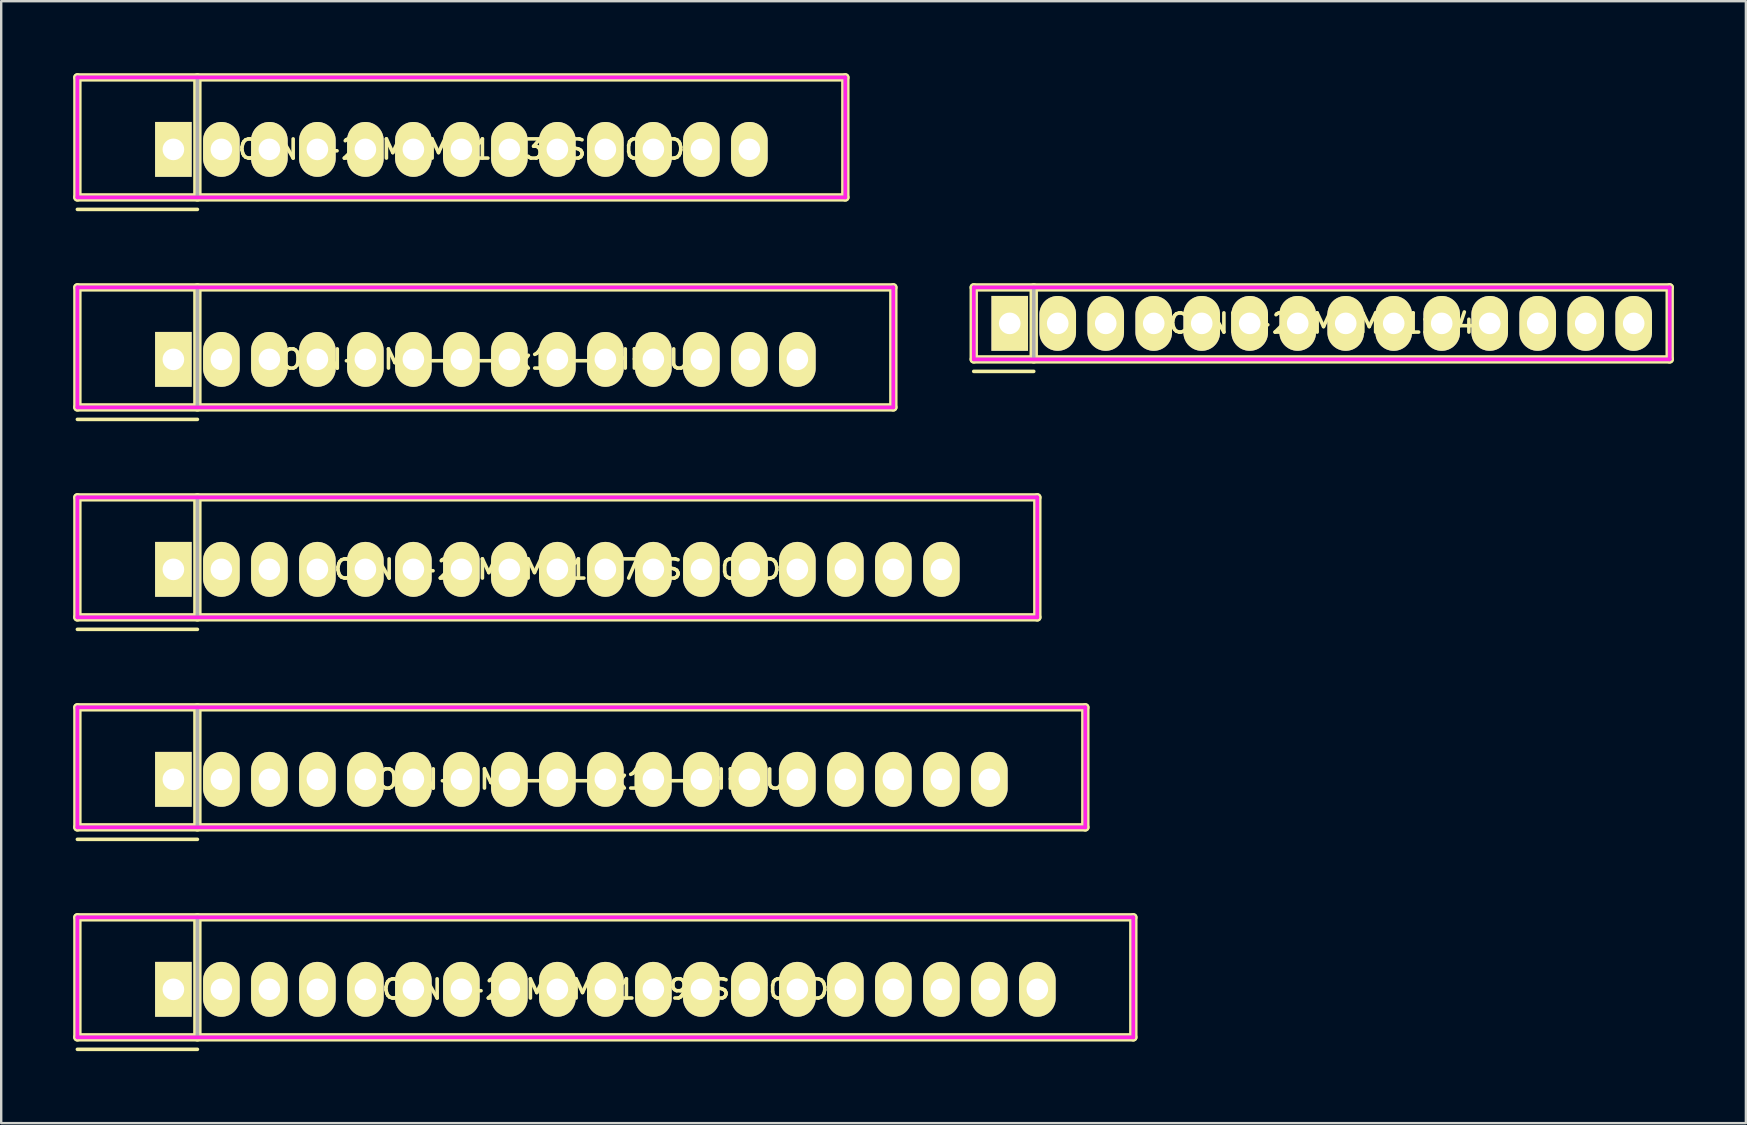
<source format=kicad_pcb>
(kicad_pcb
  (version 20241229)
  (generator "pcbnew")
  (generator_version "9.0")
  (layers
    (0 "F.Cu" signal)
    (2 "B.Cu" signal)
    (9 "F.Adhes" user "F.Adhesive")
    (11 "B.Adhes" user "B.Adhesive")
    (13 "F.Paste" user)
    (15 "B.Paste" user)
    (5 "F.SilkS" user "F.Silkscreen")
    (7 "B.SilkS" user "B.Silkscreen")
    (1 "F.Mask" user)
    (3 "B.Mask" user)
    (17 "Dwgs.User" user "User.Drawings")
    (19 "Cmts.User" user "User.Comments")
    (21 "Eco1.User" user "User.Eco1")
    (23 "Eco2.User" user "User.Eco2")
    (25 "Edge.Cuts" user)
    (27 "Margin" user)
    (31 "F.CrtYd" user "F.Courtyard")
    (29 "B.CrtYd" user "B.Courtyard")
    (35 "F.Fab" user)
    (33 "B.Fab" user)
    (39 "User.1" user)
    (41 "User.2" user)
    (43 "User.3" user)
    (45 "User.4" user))
  (footprint "CONN-2MM-M-1x13-SHROUD"
    (layer "F.Cu")
    (at 16.175 3.175)
    (property "Reference" "CONN-2MM-M-1x13-SHROUD" (at 0 0 0) (layer "F.SilkS") (effects (font (size 0.8 0.8) (thickness 0.15))))
    (attr through_hole)
    (fp_line (start -16 -3) (end 16 -3) (stroke (width 0.35) (type solid)) (layer "F.SilkS"))
    (fp_line (start -16 2) (end -16 -3) (stroke (width 0.35) (type solid)) (layer "F.SilkS"))
    (fp_line (start -16 2.5) (end -11 2.5) (stroke (width 0.15) (type solid)) (layer "F.SilkS"))
    (fp_line (start -11 -3) (end -11 2) (stroke (width 0.35) (type solid)) (layer "F.SilkS"))
    (fp_line (start 16 -3) (end 16 2) (stroke (width 0.35) (type solid)) (layer "F.SilkS"))
    (fp_line (start 16 2) (end -16 2) (stroke (width 0.35) (type solid)) (layer "F.SilkS"))
    (fp_line (start -16 -3) (end 16 -3) (stroke (width 0.15) (type solid)) (layer "F.CrtYd"))
    (fp_line (start -16 2) (end -16 -3) (stroke (width 0.15) (type solid)) (layer "F.CrtYd"))
    (fp_line (start 16 -3) (end 16 2) (stroke (width 0.15) (type solid)) (layer "F.CrtYd"))
    (fp_line (start 16 2) (end -16 2) (stroke (width 0.15) (type solid)) (layer "F.CrtYd"))
    (fp_line (start -16 -3) (end 16 -3) (stroke (width 0.15) (type solid)) (layer "F.Fab"))
    (fp_line (start -16 2) (end -16 -3) (stroke (width 0.15) (type solid)) (layer "F.Fab"))
    (fp_line (start -11 -3) (end -11 2) (stroke (width 0.15) (type solid)) (layer "F.Fab"))
    (fp_line (start 16 -3) (end 16 2) (stroke (width 0.15) (type solid)) (layer "F.Fab"))
    (fp_line (start 16 2) (end -16 2) (stroke (width 0.15) (type solid)) (layer "F.Fab"))
    (pad "1" thru_hole rect (at -12 0) (size 1.524 2.286) (drill 0.9) (layers "*.Cu" "*.Mask" "F.SilkS"))
    (pad "2" thru_hole oval (at -10 0) (size 1.524 2.286) (drill 0.9) (layers "*.Cu" "*.Mask" "F.SilkS"))
    (pad "3" thru_hole oval (at -8 0) (size 1.524 2.286) (drill 0.9) (layers "*.Cu" "*.Mask" "F.SilkS"))
    (pad "4" thru_hole oval (at -6 0) (size 1.524 2.286) (drill 0.9) (layers "*.Cu" "*.Mask" "F.SilkS"))
    (pad "5" thru_hole oval (at -4 0) (size 1.524 2.286) (drill 0.9) (layers "*.Cu" "*.Mask" "F.SilkS"))
    (pad "6" thru_hole oval (at -2 0) (size 1.524 2.286) (drill 0.9) (layers "*.Cu" "*.Mask" "F.SilkS"))
    (pad "7" thru_hole oval (at 0 0) (size 1.524 2.286) (drill 0.9) (layers "*.Cu" "*.Mask" "F.SilkS"))
    (pad "8" thru_hole oval (at 2 0) (size 1.524 2.286) (drill 0.9) (layers "*.Cu" "*.Mask" "F.SilkS"))
    (pad "9" thru_hole oval (at 4 0) (size 1.524 2.286) (drill 0.9) (layers "*.Cu" "*.Mask" "F.SilkS"))
    (pad "10" thru_hole oval (at 6 0) (size 1.524 2.286) (drill 0.9) (layers "*.Cu" "*.Mask" "F.SilkS"))
    (pad "11" thru_hole oval (at 8 0) (size 1.524 2.286) (drill 0.9) (layers "*.Cu" "*.Mask" "F.SilkS"))
    (pad "12" thru_hole oval (at 10 0) (size 1.524 2.286) (drill 0.9) (layers "*.Cu" "*.Mask" "F.SilkS"))
    (pad "13" thru_hole oval (at 12 0) (size 1.524 2.286) (drill 0.9) (layers "*.Cu" "*.Mask" "F.SilkS")))
  (footprint "CONN-2MM-M-1x19-SHROUD"
    (layer "F.Cu")
    (at 22.175 38.175)
    (property "Reference" "CONN-2MM-M-1x19-SHROUD" (at 0 0 0) (layer "F.SilkS") (effects (font (size 0.8 0.8) (thickness 0.15))))
    (attr through_hole)
    (fp_line (start -22 -3) (end 22 -3) (stroke (width 0.35) (type solid)) (layer "F.SilkS"))
    (fp_line (start -22 2) (end -22 -3) (stroke (width 0.35) (type solid)) (layer "F.SilkS"))
    (fp_line (start -22 2.5) (end -17 2.5) (stroke (width 0.15) (type solid)) (layer "F.SilkS"))
    (fp_line (start -17 -3) (end -17 2) (stroke (width 0.35) (type solid)) (layer "F.SilkS"))
    (fp_line (start 22 -3) (end 22 2) (stroke (width 0.35) (type solid)) (layer "F.SilkS"))
    (fp_line (start 22 2) (end -22 2) (stroke (width 0.35) (type solid)) (layer "F.SilkS"))
    (fp_line (start -22 -3) (end 22 -3) (stroke (width 0.15) (type solid)) (layer "F.CrtYd"))
    (fp_line (start -22 2) (end -22 -3) (stroke (width 0.15) (type solid)) (layer "F.CrtYd"))
    (fp_line (start 22 -3) (end 22 2) (stroke (width 0.15) (type solid)) (layer "F.CrtYd"))
    (fp_line (start 22 2) (end -22 2) (stroke (width 0.15) (type solid)) (layer "F.CrtYd"))
    (fp_line (start -22 -3) (end 22 -3) (stroke (width 0.15) (type solid)) (layer "F.Fab"))
    (fp_line (start -22 2) (end -22 -3) (stroke (width 0.15) (type solid)) (layer "F.Fab"))
    (fp_line (start -17 -3) (end -17 2) (stroke (width 0.15) (type solid)) (layer "F.Fab"))
    (fp_line (start 22 -3) (end 22 2) (stroke (width 0.15) (type solid)) (layer "F.Fab"))
    (fp_line (start 22 2) (end -22 2) (stroke (width 0.15) (type solid)) (layer "F.Fab"))
    (pad "1" thru_hole rect (at -18 0) (size 1.524 2.286) (drill 0.9) (layers "*.Cu" "*.Mask" "F.SilkS"))
    (pad "2" thru_hole oval (at -16 0) (size 1.524 2.286) (drill 0.9) (layers "*.Cu" "*.Mask" "F.SilkS"))
    (pad "3" thru_hole oval (at -14 0) (size 1.524 2.286) (drill 0.9) (layers "*.Cu" "*.Mask" "F.SilkS"))
    (pad "4" thru_hole oval (at -12 0) (size 1.524 2.286) (drill 0.9) (layers "*.Cu" "*.Mask" "F.SilkS"))
    (pad "5" thru_hole oval (at -10 0) (size 1.524 2.286) (drill 0.9) (layers "*.Cu" "*.Mask" "F.SilkS"))
    (pad "6" thru_hole oval (at -8 0) (size 1.524 2.286) (drill 0.9) (layers "*.Cu" "*.Mask" "F.SilkS"))
    (pad "7" thru_hole oval (at -6 0) (size 1.524 2.286) (drill 0.9) (layers "*.Cu" "*.Mask" "F.SilkS"))
    (pad "8" thru_hole oval (at -4 0) (size 1.524 2.286) (drill 0.9) (layers "*.Cu" "*.Mask" "F.SilkS"))
    (pad "9" thru_hole oval (at -2 0) (size 1.524 2.286) (drill 0.9) (layers "*.Cu" "*.Mask" "F.SilkS"))
    (pad "10" thru_hole oval (at 0 0) (size 1.524 2.286) (drill 0.9) (layers "*.Cu" "*.Mask" "F.SilkS"))
    (pad "11" thru_hole oval (at 2 0) (size 1.524 2.286) (drill 0.9) (layers "*.Cu" "*.Mask" "F.SilkS"))
    (pad "12" thru_hole oval (at 4 0) (size 1.524 2.286) (drill 0.9) (layers "*.Cu" "*.Mask" "F.SilkS"))
    (pad "13" thru_hole oval (at 6 0) (size 1.524 2.286) (drill 0.9) (layers "*.Cu" "*.Mask" "F.SilkS"))
    (pad "14" thru_hole oval (at 8 0) (size 1.524 2.286) (drill 0.9) (layers "*.Cu" "*.Mask" "F.SilkS"))
    (pad "15" thru_hole oval (at 10 0) (size 1.524 2.286) (drill 0.9) (layers "*.Cu" "*.Mask" "F.SilkS"))
    (pad "16" thru_hole oval (at 12 0) (size 1.524 2.286) (drill 0.9) (layers "*.Cu" "*.Mask" "F.SilkS"))
    (pad "17" thru_hole oval (at 14 0) (size 1.524 2.286) (drill 0.9) (layers "*.Cu" "*.Mask" "F.SilkS"))
    (pad "18" thru_hole oval (at 16 0) (size 1.524 2.286) (drill 0.9) (layers "*.Cu" "*.Mask" "F.SilkS"))
    (pad "19" thru_hole oval (at 18 0) (size 1.524 2.286) (drill 0.9) (layers "*.Cu" "*.Mask" "F.SilkS")))
  (footprint "CONN-2MM-M-1x14-SHROUD"
    (layer "F.Cu")
    (at 17.175 11.925)
    (property "Reference" "CONN-2MM-M-1x14-SHROUD" (at 0 0 0) (layer "F.SilkS") (effects (font (size 0.8 0.8) (thickness 0.15))))
    (attr through_hole)
    (fp_line (start -17 -3) (end 17 -3) (stroke (width 0.35) (type solid)) (layer "F.SilkS"))
    (fp_line (start -17 2) (end -17 -3) (stroke (width 0.35) (type solid)) (layer "F.SilkS"))
    (fp_line (start -17 2.5) (end -12 2.5) (stroke (width 0.15) (type solid)) (layer "F.SilkS"))
    (fp_line (start -12 -3) (end -12 2) (stroke (width 0.35) (type solid)) (layer "F.SilkS"))
    (fp_line (start 17 -3) (end 17 2) (stroke (width 0.35) (type solid)) (layer "F.SilkS"))
    (fp_line (start 17 2) (end -17 2) (stroke (width 0.35) (type solid)) (layer "F.SilkS"))
    (fp_line (start -17 -3) (end 17 -3) (stroke (width 0.15) (type solid)) (layer "F.CrtYd"))
    (fp_line (start -17 2) (end -17 -3) (stroke (width 0.15) (type solid)) (layer "F.CrtYd"))
    (fp_line (start 17 -3) (end 17 2) (stroke (width 0.15) (type solid)) (layer "F.CrtYd"))
    (fp_line (start 17 2) (end -17 2) (stroke (width 0.15) (type solid)) (layer "F.CrtYd"))
    (fp_line (start -17 -3) (end 17 -3) (stroke (width 0.15) (type solid)) (layer "F.Fab"))
    (fp_line (start -17 2) (end -17 -3) (stroke (width 0.15) (type solid)) (layer "F.Fab"))
    (fp_line (start -12 -3) (end -12 2) (stroke (width 0.15) (type solid)) (layer "F.Fab"))
    (fp_line (start 17 -3) (end 17 2) (stroke (width 0.15) (type solid)) (layer "F.Fab"))
    (fp_line (start 17 2) (end -17 2) (stroke (width 0.15) (type solid)) (layer "F.Fab"))
    (pad "1" thru_hole rect (at -13 0) (size 1.524 2.286) (drill 0.9) (layers "*.Cu" "*.Mask" "F.SilkS"))
    (pad "2" thru_hole oval (at -11 0) (size 1.524 2.286) (drill 0.9) (layers "*.Cu" "*.Mask" "F.SilkS"))
    (pad "3" thru_hole oval (at -9 0) (size 1.524 2.286) (drill 0.9) (layers "*.Cu" "*.Mask" "F.SilkS"))
    (pad "4" thru_hole oval (at -7 0) (size 1.524 2.286) (drill 0.9) (layers "*.Cu" "*.Mask" "F.SilkS"))
    (pad "5" thru_hole oval (at -5 0) (size 1.524 2.286) (drill 0.9) (layers "*.Cu" "*.Mask" "F.SilkS"))
    (pad "6" thru_hole oval (at -3 0) (size 1.524 2.286) (drill 0.9) (layers "*.Cu" "*.Mask" "F.SilkS"))
    (pad "7" thru_hole oval (at -1 0) (size 1.524 2.286) (drill 0.9) (layers "*.Cu" "*.Mask" "F.SilkS"))
    (pad "8" thru_hole oval (at 1 0) (size 1.524 2.286) (drill 0.9) (layers "*.Cu" "*.Mask" "F.SilkS"))
    (pad "9" thru_hole oval (at 3 0) (size 1.524 2.286) (drill 0.9) (layers "*.Cu" "*.Mask" "F.SilkS"))
    (pad "10" thru_hole oval (at 5 0) (size 1.524 2.286) (drill 0.9) (layers "*.Cu" "*.Mask" "F.SilkS"))
    (pad "11" thru_hole oval (at 7 0) (size 1.524 2.286) (drill 0.9) (layers "*.Cu" "*.Mask" "F.SilkS"))
    (pad "12" thru_hole oval (at 9 0) (size 1.524 2.286) (drill 0.9) (layers "*.Cu" "*.Mask" "F.SilkS"))
    (pad "13" thru_hole oval (at 11 0) (size 1.524 2.286) (drill 0.9) (layers "*.Cu" "*.Mask" "F.SilkS"))
    (pad "14" thru_hole oval (at 13 0) (size 1.524 2.286) (drill 0.9) (layers "*.Cu" "*.Mask" "F.SilkS")))
  (footprint "CONN-2MM-M-1x17-SHROUD"
    (layer "F.Cu")
    (at 20.175 20.675)
    (property "Reference" "CONN-2MM-M-1x17-SHROUD" (at 0 0 0) (layer "F.SilkS") (effects (font (size 0.8 0.8) (thickness 0.15))))
    (attr through_hole)
    (fp_line (start -20 -3) (end 20 -3) (stroke (width 0.35) (type solid)) (layer "F.SilkS"))
    (fp_line (start -20 2) (end -20 -3) (stroke (width 0.35) (type solid)) (layer "F.SilkS"))
    (fp_line (start -20 2.5) (end -15 2.5) (stroke (width 0.15) (type solid)) (layer "F.SilkS"))
    (fp_line (start -15 -3) (end -15 2) (stroke (width 0.35) (type solid)) (layer "F.SilkS"))
    (fp_line (start 20 -3) (end 20 2) (stroke (width 0.35) (type solid)) (layer "F.SilkS"))
    (fp_line (start 20 2) (end -20 2) (stroke (width 0.35) (type solid)) (layer "F.SilkS"))
    (fp_line (start -20 -3) (end 20 -3) (stroke (width 0.15) (type solid)) (layer "F.CrtYd"))
    (fp_line (start -20 2) (end -20 -3) (stroke (width 0.15) (type solid)) (layer "F.CrtYd"))
    (fp_line (start 20 -3) (end 20 2) (stroke (width 0.15) (type solid)) (layer "F.CrtYd"))
    (fp_line (start 20 2) (end -20 2) (stroke (width 0.15) (type solid)) (layer "F.CrtYd"))
    (fp_line (start -20 -3) (end 20 -3) (stroke (width 0.15) (type solid)) (layer "F.Fab"))
    (fp_line (start -20 2) (end -20 -3) (stroke (width 0.15) (type solid)) (layer "F.Fab"))
    (fp_line (start -15 -3) (end -15 2) (stroke (width 0.15) (type solid)) (layer "F.Fab"))
    (fp_line (start 20 -3) (end 20 2) (stroke (width 0.15) (type solid)) (layer "F.Fab"))
    (fp_line (start 20 2) (end -20 2) (stroke (width 0.15) (type solid)) (layer "F.Fab"))
    (pad "1" thru_hole rect (at -16 0) (size 1.524 2.286) (drill 0.9) (layers "*.Cu" "*.Mask" "F.SilkS"))
    (pad "2" thru_hole oval (at -14 0) (size 1.524 2.286) (drill 0.9) (layers "*.Cu" "*.Mask" "F.SilkS"))
    (pad "3" thru_hole oval (at -12 0) (size 1.524 2.286) (drill 0.9) (layers "*.Cu" "*.Mask" "F.SilkS"))
    (pad "4" thru_hole oval (at -10 0) (size 1.524 2.286) (drill 0.9) (layers "*.Cu" "*.Mask" "F.SilkS"))
    (pad "5" thru_hole oval (at -8 0) (size 1.524 2.286) (drill 0.9) (layers "*.Cu" "*.Mask" "F.SilkS"))
    (pad "6" thru_hole oval (at -6 0) (size 1.524 2.286) (drill 0.9) (layers "*.Cu" "*.Mask" "F.SilkS"))
    (pad "7" thru_hole oval (at -4 0) (size 1.524 2.286) (drill 0.9) (layers "*.Cu" "*.Mask" "F.SilkS"))
    (pad "8" thru_hole oval (at -2 0) (size 1.524 2.286) (drill 0.9) (layers "*.Cu" "*.Mask" "F.SilkS"))
    (pad "9" thru_hole oval (at 0 0) (size 1.524 2.286) (drill 0.9) (layers "*.Cu" "*.Mask" "F.SilkS"))
    (pad "10" thru_hole oval (at 2 0) (size 1.524 2.286) (drill 0.9) (layers "*.Cu" "*.Mask" "F.SilkS"))
    (pad "11" thru_hole oval (at 4 0) (size 1.524 2.286) (drill 0.9) (layers "*.Cu" "*.Mask" "F.SilkS"))
    (pad "12" thru_hole oval (at 6 0) (size 1.524 2.286) (drill 0.9) (layers "*.Cu" "*.Mask" "F.SilkS"))
    (pad "13" thru_hole oval (at 8 0) (size 1.524 2.286) (drill 0.9) (layers "*.Cu" "*.Mask" "F.SilkS"))
    (pad "14" thru_hole oval (at 10 0) (size 1.524 2.286) (drill 0.9) (layers "*.Cu" "*.Mask" "F.SilkS"))
    (pad "15" thru_hole oval (at 12 0) (size 1.524 2.286) (drill 0.9) (layers "*.Cu" "*.Mask" "F.SilkS"))
    (pad "16" thru_hole oval (at 14 0) (size 1.524 2.286) (drill 0.9) (layers "*.Cu" "*.Mask" "F.SilkS"))
    (pad "17" thru_hole oval (at 16 0) (size 1.524 2.286) (drill 0.9) (layers "*.Cu" "*.Mask" "F.SilkS")))
  (footprint "CONN-2MM-M-1x14"
    (layer "F.Cu")
    (at 52.025 10.425)
    (property "Reference" "CONN-2MM-M-1x14" (at 0 0 0) (layer "F.SilkS") (effects (font (size 0.8 0.8) (thickness 0.15))))
    (attr through_hole)
    (fp_line (start -14.5 -1.5) (end 14.5 -1.5) (stroke (width 0.35) (type solid)) (layer "F.SilkS"))
    (fp_line (start -14.5 1.5) (end -14.5 -1.5) (stroke (width 0.35) (type solid)) (layer "F.SilkS"))
    (fp_line (start -14.5 2) (end -12 2) (stroke (width 0.15) (type solid)) (layer "F.SilkS"))
    (fp_line (start -12 -1.5) (end -12 1.5) (stroke (width 0.35) (type solid)) (layer "F.SilkS"))
    (fp_line (start 14.5 -1.5) (end 14.5 1.5) (stroke (width 0.35) (type solid)) (layer "F.SilkS"))
    (fp_line (start 14.5 1.5) (end -14.5 1.5) (stroke (width 0.35) (type solid)) (layer "F.SilkS"))
    (fp_line (start -14.5 -1.5) (end 14.5 -1.5) (stroke (width 0.15) (type solid)) (layer "F.CrtYd"))
    (fp_line (start -14.5 1.5) (end -14.5 -1.5) (stroke (width 0.15) (type solid)) (layer "F.CrtYd"))
    (fp_line (start 14.5 -1.5) (end 14.5 1.5) (stroke (width 0.15) (type solid)) (layer "F.CrtYd"))
    (fp_line (start 14.5 1.5) (end -14.5 1.5) (stroke (width 0.15) (type solid)) (layer "F.CrtYd"))
    (fp_line (start -14.5 -1.5) (end 14.5 -1.5) (stroke (width 0.15) (type solid)) (layer "F.Fab"))
    (fp_line (start -14.5 1.5) (end -14.5 -1.5) (stroke (width 0.15) (type solid)) (layer "F.Fab"))
    (fp_line (start -12 -1.5) (end -12 1.5) (stroke (width 0.15) (type solid)) (layer "F.Fab"))
    (fp_line (start 14.5 -1.5) (end 14.5 1.5) (stroke (width 0.15) (type solid)) (layer "F.Fab"))
    (fp_line (start 14.5 1.5) (end -14.5 1.5) (stroke (width 0.15) (type solid)) (layer "F.Fab"))
    (pad "1" thru_hole rect (at -13 0) (size 1.524 2.286) (drill 0.9) (layers "*.Cu" "*.Mask" "F.SilkS"))
    (pad "2" thru_hole oval (at -11 0) (size 1.524 2.286) (drill 0.9) (layers "*.Cu" "*.Mask" "F.SilkS"))
    (pad "3" thru_hole oval (at -9 0) (size 1.524 2.286) (drill 0.9) (layers "*.Cu" "*.Mask" "F.SilkS"))
    (pad "4" thru_hole oval (at -7 0) (size 1.524 2.286) (drill 0.9) (layers "*.Cu" "*.Mask" "F.SilkS"))
    (pad "5" thru_hole oval (at -5 0) (size 1.524 2.286) (drill 0.9) (layers "*.Cu" "*.Mask" "F.SilkS"))
    (pad "6" thru_hole oval (at -3 0) (size 1.524 2.286) (drill 0.9) (layers "*.Cu" "*.Mask" "F.SilkS"))
    (pad "7" thru_hole oval (at -1 0) (size 1.524 2.286) (drill 0.9) (layers "*.Cu" "*.Mask" "F.SilkS"))
    (pad "8" thru_hole oval (at 1 0) (size 1.524 2.286) (drill 0.9) (layers "*.Cu" "*.Mask" "F.SilkS"))
    (pad "9" thru_hole oval (at 3 0) (size 1.524 2.286) (drill 0.9) (layers "*.Cu" "*.Mask" "F.SilkS"))
    (pad "10" thru_hole oval (at 5 0) (size 1.524 2.286) (drill 0.9) (layers "*.Cu" "*.Mask" "F.SilkS"))
    (pad "11" thru_hole oval (at 7 0) (size 1.524 2.286) (drill 0.9) (layers "*.Cu" "*.Mask" "F.SilkS"))
    (pad "12" thru_hole oval (at 9 0) (size 1.524 2.286) (drill 0.9) (layers "*.Cu" "*.Mask" "F.SilkS"))
    (pad "13" thru_hole oval (at 11 0) (size 1.524 2.286) (drill 0.9) (layers "*.Cu" "*.Mask" "F.SilkS"))
    (pad "14" thru_hole oval (at 13 0) (size 1.524 2.286) (drill 0.9) (layers "*.Cu" "*.Mask" "F.SilkS")))
  (footprint "CONN-2MM-M-1x18-SHROUD"
    (layer "F.Cu")
    (at 21.175 29.425)
    (property "Reference" "CONN-2MM-M-1x18-SHROUD" (at 0 0 0) (layer "F.SilkS") (effects (font (size 0.8 0.8) (thickness 0.15))))
    (attr through_hole)
    (fp_line (start -21 -3) (end 21 -3) (stroke (width 0.35) (type solid)) (layer "F.SilkS"))
    (fp_line (start -21 2) (end -21 -3) (stroke (width 0.35) (type solid)) (layer "F.SilkS"))
    (fp_line (start -21 2.5) (end -16 2.5) (stroke (width 0.15) (type solid)) (layer "F.SilkS"))
    (fp_line (start -16 -3) (end -16 2) (stroke (width 0.35) (type solid)) (layer "F.SilkS"))
    (fp_line (start 21 -3) (end 21 2) (stroke (width 0.35) (type solid)) (layer "F.SilkS"))
    (fp_line (start 21 2) (end -21 2) (stroke (width 0.35) (type solid)) (layer "F.SilkS"))
    (fp_line (start -21 -3) (end 21 -3) (stroke (width 0.15) (type solid)) (layer "F.CrtYd"))
    (fp_line (start -21 2) (end -21 -3) (stroke (width 0.15) (type solid)) (layer "F.CrtYd"))
    (fp_line (start 21 -3) (end 21 2) (stroke (width 0.15) (type solid)) (layer "F.CrtYd"))
    (fp_line (start 21 2) (end -21 2) (stroke (width 0.15) (type solid)) (layer "F.CrtYd"))
    (fp_line (start -21 -3) (end 21 -3) (stroke (width 0.15) (type solid)) (layer "F.Fab"))
    (fp_line (start -21 2) (end -21 -3) (stroke (width 0.15) (type solid)) (layer "F.Fab"))
    (fp_line (start -16 -3) (end -16 2) (stroke (width 0.15) (type solid)) (layer "F.Fab"))
    (fp_line (start 21 -3) (end 21 2) (stroke (width 0.15) (type solid)) (layer "F.Fab"))
    (fp_line (start 21 2) (end -21 2) (stroke (width 0.15) (type solid)) (layer "F.Fab"))
    (pad "1" thru_hole rect (at -17 0) (size 1.524 2.286) (drill 0.9) (layers "*.Cu" "*.Mask" "F.SilkS"))
    (pad "2" thru_hole oval (at -15 0) (size 1.524 2.286) (drill 0.9) (layers "*.Cu" "*.Mask" "F.SilkS"))
    (pad "3" thru_hole oval (at -13 0) (size 1.524 2.286) (drill 0.9) (layers "*.Cu" "*.Mask" "F.SilkS"))
    (pad "4" thru_hole oval (at -11 0) (size 1.524 2.286) (drill 0.9) (layers "*.Cu" "*.Mask" "F.SilkS"))
    (pad "5" thru_hole oval (at -9 0) (size 1.524 2.286) (drill 0.9) (layers "*.Cu" "*.Mask" "F.SilkS"))
    (pad "6" thru_hole oval (at -7 0) (size 1.524 2.286) (drill 0.9) (layers "*.Cu" "*.Mask" "F.SilkS"))
    (pad "7" thru_hole oval (at -5 0) (size 1.524 2.286) (drill 0.9) (layers "*.Cu" "*.Mask" "F.SilkS"))
    (pad "8" thru_hole oval (at -3 0) (size 1.524 2.286) (drill 0.9) (layers "*.Cu" "*.Mask" "F.SilkS"))
    (pad "9" thru_hole oval (at -1 0) (size 1.524 2.286) (drill 0.9) (layers "*.Cu" "*.Mask" "F.SilkS"))
    (pad "10" thru_hole oval (at 1 0) (size 1.524 2.286) (drill 0.9) (layers "*.Cu" "*.Mask" "F.SilkS"))
    (pad "11" thru_hole oval (at 3 0) (size 1.524 2.286) (drill 0.9) (layers "*.Cu" "*.Mask" "F.SilkS"))
    (pad "12" thru_hole oval (at 5 0) (size 1.524 2.286) (drill 0.9) (layers "*.Cu" "*.Mask" "F.SilkS"))
    (pad "13" thru_hole oval (at 7 0) (size 1.524 2.286) (drill 0.9) (layers "*.Cu" "*.Mask" "F.SilkS"))
    (pad "14" thru_hole oval (at 9 0) (size 1.524 2.286) (drill 0.9) (layers "*.Cu" "*.Mask" "F.SilkS"))
    (pad "15" thru_hole oval (at 11 0) (size 1.524 2.286) (drill 0.9) (layers "*.Cu" "*.Mask" "F.SilkS"))
    (pad "16" thru_hole oval (at 13 0) (size 1.524 2.286) (drill 0.9) (layers "*.Cu" "*.Mask" "F.SilkS"))
    (pad "17" thru_hole oval (at 15 0) (size 1.524 2.286) (drill 0.9) (layers "*.Cu" "*.Mask" "F.SilkS"))
    (pad "18" thru_hole oval (at 17 0) (size 1.524 2.286) (drill 0.9) (layers "*.Cu" "*.Mask" "F.SilkS")))
  (gr_rect
    (start -3 -3)
    (end 69.7 43.75)
    (stroke (width 0.1) (type default))
    (fill no)
    (layer "Edge.Cuts")))
</source>
